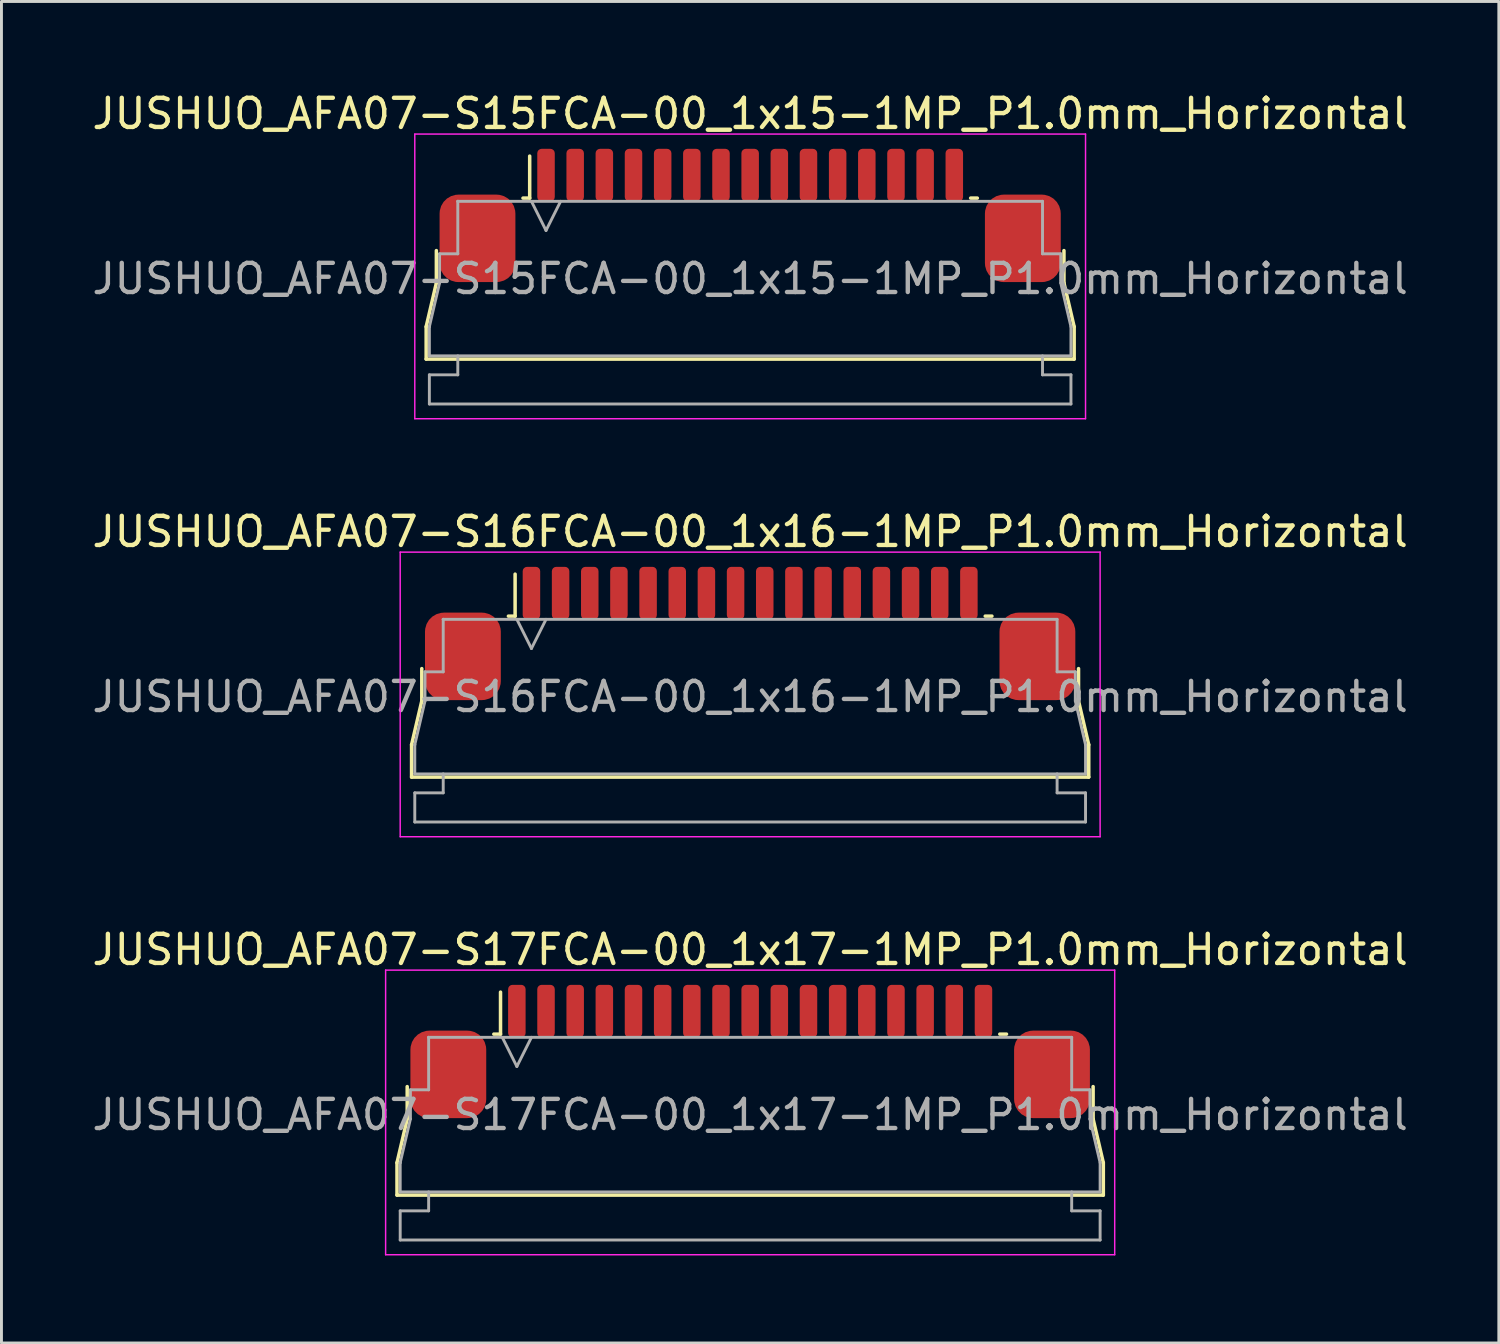
<source format=kicad_pcb>
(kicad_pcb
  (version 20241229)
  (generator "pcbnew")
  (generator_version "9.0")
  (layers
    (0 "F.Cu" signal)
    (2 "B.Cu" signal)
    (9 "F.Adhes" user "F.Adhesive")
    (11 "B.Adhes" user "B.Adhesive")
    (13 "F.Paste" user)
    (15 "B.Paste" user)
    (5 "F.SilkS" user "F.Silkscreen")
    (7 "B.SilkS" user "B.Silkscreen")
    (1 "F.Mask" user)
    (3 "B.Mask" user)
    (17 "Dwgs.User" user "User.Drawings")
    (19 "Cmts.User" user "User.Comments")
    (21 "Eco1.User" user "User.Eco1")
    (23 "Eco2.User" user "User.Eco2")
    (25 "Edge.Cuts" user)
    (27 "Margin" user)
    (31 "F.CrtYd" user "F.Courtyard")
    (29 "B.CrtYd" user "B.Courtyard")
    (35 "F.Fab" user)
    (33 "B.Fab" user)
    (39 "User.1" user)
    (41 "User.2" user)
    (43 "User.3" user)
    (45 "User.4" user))
  (footprint "JUSHUO_AFA07-S16FCA-00_1x16-1MP_P1.0mm_Horizontal"
    (layer "F.Cu")
    (at 22.673 20.662)
    (property "Reference" "JUSHUO_AFA07-S16FCA-00_1x16-1MP_P1.0mm_Horizontal" (at 0 -5.48 0) (layer "F.SilkS") (effects (font (size 1 1) (thickness 0.15))))
    (attr smd)
    (fp_line (start -11.61 1.825) (end -11.26 0.325) (stroke (width 0.12) (type solid)) (layer "F.SilkS"))
    (fp_line (start -11.61 2.935) (end -11.61 1.825) (stroke (width 0.12) (type solid)) (layer "F.SilkS"))
    (fp_line (start -11.26 0.325) (end -11.26 -0.785) (stroke (width 0.12) (type solid)) (layer "F.SilkS"))
    (fp_line (start -8.29 -2.585) (end -8.06 -2.585) (stroke (width 0.12) (type solid)) (layer "F.SilkS"))
    (fp_line (start -8.06 -2.585) (end -8.06 -4.025) (stroke (width 0.12) (type solid)) (layer "F.SilkS"))
    (fp_line (start 8.06 -2.585) (end 8.29 -2.585) (stroke (width 0.12) (type solid)) (layer "F.SilkS"))
    (fp_line (start 11.26 -0.785) (end 11.26 0.325) (stroke (width 0.12) (type solid)) (layer "F.SilkS"))
    (fp_line (start 11.26 0.325) (end 11.61 1.825) (stroke (width 0.12) (type solid)) (layer "F.SilkS"))
    (fp_line (start 11.61 1.825) (end 11.61 2.935) (stroke (width 0.12) (type solid)) (layer "F.SilkS"))
    (fp_line (start 11.61 2.935) (end -11.61 2.935) (stroke (width 0.12) (type solid)) (layer "F.SilkS"))
    (fp_line (start -12 -4.78) (end -12 4.98) (stroke (width 0.05) (type solid)) (layer "F.CrtYd"))
    (fp_line (start -12 4.98) (end 12 4.98) (stroke (width 0.05) (type solid)) (layer "F.CrtYd"))
    (fp_line (start 12 -4.78) (end -12 -4.78) (stroke (width 0.05) (type solid)) (layer "F.CrtYd"))
    (fp_line (start 12 4.98) (end 12 -4.78) (stroke (width 0.05) (type solid)) (layer "F.CrtYd"))
    (fp_line (start -11.5 1.825) (end -11.5 1.825) (stroke (width 0.1) (type solid)) (layer "F.Fab"))
    (fp_line (start -11.5 1.825) (end -11.15 0.325) (stroke (width 0.1) (type solid)) (layer "F.Fab"))
    (fp_line (start -11.5 2.825) (end -11.5 1.825) (stroke (width 0.1) (type solid)) (layer "F.Fab"))
    (fp_line (start -11.5 3.475) (end -10.525 3.475) (stroke (width 0.1) (type solid)) (layer "F.Fab"))
    (fp_line (start -11.5 4.475) (end -11.5 3.475) (stroke (width 0.1) (type solid)) (layer "F.Fab"))
    (fp_line (start -11.15 -0.675) (end -10.525 -0.675) (stroke (width 0.1) (type solid)) (layer "F.Fab"))
    (fp_line (start -11.15 0.325) (end -11.15 -0.675) (stroke (width 0.1) (type solid)) (layer "F.Fab"))
    (fp_line (start -10.525 -2.475) (end -10.525 -2.475) (stroke (width 0.1) (type solid)) (layer "F.Fab"))
    (fp_line (start -10.525 -2.475) (end 10.525 -2.475) (stroke (width 0.1) (type solid)) (layer "F.Fab"))
    (fp_line (start -10.525 -0.675) (end -10.525 -2.475) (stroke (width 0.1) (type solid)) (layer "F.Fab"))
    (fp_line (start -10.525 3.475) (end -10.525 2.825) (stroke (width 0.1) (type solid)) (layer "F.Fab"))
    (fp_line (start -8 -2.475) (end -7.5 -1.475) (stroke (width 0.1) (type solid)) (layer "F.Fab"))
    (fp_line (start -7.5 -1.475) (end -7 -2.475) (stroke (width 0.1) (type solid)) (layer "F.Fab"))
    (fp_line (start 10.525 -2.475) (end 10.525 -0.675) (stroke (width 0.1) (type solid)) (layer "F.Fab"))
    (fp_line (start 10.525 -0.675) (end 11.15 -0.675) (stroke (width 0.1) (type solid)) (layer "F.Fab"))
    (fp_line (start 10.525 2.825) (end 10.525 3.475) (stroke (width 0.1) (type solid)) (layer "F.Fab"))
    (fp_line (start 10.525 3.475) (end 11.5 3.475) (stroke (width 0.1) (type solid)) (layer "F.Fab"))
    (fp_line (start 11.15 -0.675) (end 11.15 0.325) (stroke (width 0.1) (type solid)) (layer "F.Fab"))
    (fp_line (start 11.15 0.325) (end 11.5 1.825) (stroke (width 0.1) (type solid)) (layer "F.Fab"))
    (fp_line (start 11.5 1.825) (end 11.5 2.825) (stroke (width 0.1) (type solid)) (layer "F.Fab"))
    (fp_line (start 11.5 2.825) (end -11.5 2.825) (stroke (width 0.1) (type solid)) (layer "F.Fab"))
    (fp_line (start 11.5 3.475) (end 11.5 4.475) (stroke (width 0.1) (type solid)) (layer "F.Fab"))
    (fp_line (start 11.5 4.475) (end -11.5 4.475) (stroke (width 0.1) (type solid)) (layer "F.Fab"))
    (fp_text user "${REFERENCE}" (at 0 0.18 0) (layer "F.Fab") (effects (font (size 1 1) (thickness 0.15))))
    (pad "1" smd roundrect (at -7.5 -3.375) (size 0.6 1.8) (layers "F.Cu" "F.Mask" "F.Paste") (roundrect_rratio 0.25))
    (pad "2" smd roundrect (at -6.5 -3.375) (size 0.6 1.8) (layers "F.Cu" "F.Mask" "F.Paste") (roundrect_rratio 0.25))
    (pad "3" smd roundrect (at -5.5 -3.375) (size 0.6 1.8) (layers "F.Cu" "F.Mask" "F.Paste") (roundrect_rratio 0.25))
    (pad "4" smd roundrect (at -4.5 -3.375) (size 0.6 1.8) (layers "F.Cu" "F.Mask" "F.Paste") (roundrect_rratio 0.25))
    (pad "5" smd roundrect (at -3.5 -3.375) (size 0.6 1.8) (layers "F.Cu" "F.Mask" "F.Paste") (roundrect_rratio 0.25))
    (pad "6" smd roundrect (at -2.5 -3.375) (size 0.6 1.8) (layers "F.Cu" "F.Mask" "F.Paste") (roundrect_rratio 0.25))
    (pad "7" smd roundrect (at -1.5 -3.375) (size 0.6 1.8) (layers "F.Cu" "F.Mask" "F.Paste") (roundrect_rratio 0.25))
    (pad "8" smd roundrect (at -0.5 -3.375) (size 0.6 1.8) (layers "F.Cu" "F.Mask" "F.Paste") (roundrect_rratio 0.25))
    (pad "9" smd roundrect (at 0.5 -3.375) (size 0.6 1.8) (layers "F.Cu" "F.Mask" "F.Paste") (roundrect_rratio 0.25))
    (pad "10" smd roundrect (at 1.5 -3.375) (size 0.6 1.8) (layers "F.Cu" "F.Mask" "F.Paste") (roundrect_rratio 0.25))
    (pad "11" smd roundrect (at 2.5 -3.375) (size 0.6 1.8) (layers "F.Cu" "F.Mask" "F.Paste") (roundrect_rratio 0.25))
    (pad "12" smd roundrect (at 3.5 -3.375) (size 0.6 1.8) (layers "F.Cu" "F.Mask" "F.Paste") (roundrect_rratio 0.25))
    (pad "13" smd roundrect (at 4.5 -3.375) (size 0.6 1.8) (layers "F.Cu" "F.Mask" "F.Paste") (roundrect_rratio 0.25))
    (pad "14" smd roundrect (at 5.5 -3.375) (size 0.6 1.8) (layers "F.Cu" "F.Mask" "F.Paste") (roundrect_rratio 0.25))
    (pad "15" smd roundrect (at 6.5 -3.375) (size 0.6 1.8) (layers "F.Cu" "F.Mask" "F.Paste") (roundrect_rratio 0.25))
    (pad "16" smd roundrect (at 7.5 -3.375) (size 0.6 1.8) (layers "F.Cu" "F.Mask" "F.Paste") (roundrect_rratio 0.25))
    (pad "MP" smd roundrect (at -9.85 -1.205) (size 2.6 3) (layers "F.Cu" "F.Mask" "F.Paste") (roundrect_rratio 0.25))
    (pad "MP" smd roundrect (at 9.85 -1.205) (size 2.6 3) (layers "F.Cu" "F.Mask" "F.Paste") (roundrect_rratio 0.25)))
  (footprint "JUSHUO_AFA07-S17FCA-00_1x17-1MP_P1.0mm_Horizontal"
    (layer "F.Cu")
    (at 22.673 34.995)
    (property "Reference" "JUSHUO_AFA07-S17FCA-00_1x17-1MP_P1.0mm_Horizontal" (at 0 -5.48 0) (layer "F.SilkS") (effects (font (size 1 1) (thickness 0.15))))
    (attr smd)
    (fp_line (start -12.11 1.825) (end -11.76 0.325) (stroke (width 0.12) (type solid)) (layer "F.SilkS"))
    (fp_line (start -12.11 2.935) (end -12.11 1.825) (stroke (width 0.12) (type solid)) (layer "F.SilkS"))
    (fp_line (start -11.76 0.325) (end -11.76 -0.785) (stroke (width 0.12) (type solid)) (layer "F.SilkS"))
    (fp_line (start -8.79 -2.585) (end -8.56 -2.585) (stroke (width 0.12) (type solid)) (layer "F.SilkS"))
    (fp_line (start -8.56 -2.585) (end -8.56 -4.025) (stroke (width 0.12) (type solid)) (layer "F.SilkS"))
    (fp_line (start 8.56 -2.585) (end 8.79 -2.585) (stroke (width 0.12) (type solid)) (layer "F.SilkS"))
    (fp_line (start 11.76 -0.785) (end 11.76 0.325) (stroke (width 0.12) (type solid)) (layer "F.SilkS"))
    (fp_line (start 11.76 0.325) (end 12.11 1.825) (stroke (width 0.12) (type solid)) (layer "F.SilkS"))
    (fp_line (start 12.11 1.825) (end 12.11 2.935) (stroke (width 0.12) (type solid)) (layer "F.SilkS"))
    (fp_line (start 12.11 2.935) (end -12.11 2.935) (stroke (width 0.12) (type solid)) (layer "F.SilkS"))
    (fp_line (start -12.5 -4.78) (end -12.5 4.98) (stroke (width 0.05) (type solid)) (layer "F.CrtYd"))
    (fp_line (start -12.5 4.98) (end 12.5 4.98) (stroke (width 0.05) (type solid)) (layer "F.CrtYd"))
    (fp_line (start 12.5 -4.78) (end -12.5 -4.78) (stroke (width 0.05) (type solid)) (layer "F.CrtYd"))
    (fp_line (start 12.5 4.98) (end 12.5 -4.78) (stroke (width 0.05) (type solid)) (layer "F.CrtYd"))
    (fp_line (start -12 1.825) (end -12 1.825) (stroke (width 0.1) (type solid)) (layer "F.Fab"))
    (fp_line (start -12 1.825) (end -11.65 0.325) (stroke (width 0.1) (type solid)) (layer "F.Fab"))
    (fp_line (start -12 2.825) (end -12 1.825) (stroke (width 0.1) (type solid)) (layer "F.Fab"))
    (fp_line (start -12 3.475) (end -11.025 3.475) (stroke (width 0.1) (type solid)) (layer "F.Fab"))
    (fp_line (start -12 4.475) (end -12 3.475) (stroke (width 0.1) (type solid)) (layer "F.Fab"))
    (fp_line (start -11.65 -0.675) (end -11.025 -0.675) (stroke (width 0.1) (type solid)) (layer "F.Fab"))
    (fp_line (start -11.65 0.325) (end -11.65 -0.675) (stroke (width 0.1) (type solid)) (layer "F.Fab"))
    (fp_line (start -11.025 -2.475) (end -11.025 -2.475) (stroke (width 0.1) (type solid)) (layer "F.Fab"))
    (fp_line (start -11.025 -2.475) (end 11.025 -2.475) (stroke (width 0.1) (type solid)) (layer "F.Fab"))
    (fp_line (start -11.025 -0.675) (end -11.025 -2.475) (stroke (width 0.1) (type solid)) (layer "F.Fab"))
    (fp_line (start -11.025 3.475) (end -11.025 2.825) (stroke (width 0.1) (type solid)) (layer "F.Fab"))
    (fp_line (start -8.5 -2.475) (end -8 -1.475) (stroke (width 0.1) (type solid)) (layer "F.Fab"))
    (fp_line (start -8 -1.475) (end -7.5 -2.475) (stroke (width 0.1) (type solid)) (layer "F.Fab"))
    (fp_line (start 11.025 -2.475) (end 11.025 -0.675) (stroke (width 0.1) (type solid)) (layer "F.Fab"))
    (fp_line (start 11.025 -0.675) (end 11.65 -0.675) (stroke (width 0.1) (type solid)) (layer "F.Fab"))
    (fp_line (start 11.025 2.825) (end 11.025 3.475) (stroke (width 0.1) (type solid)) (layer "F.Fab"))
    (fp_line (start 11.025 3.475) (end 12 3.475) (stroke (width 0.1) (type solid)) (layer "F.Fab"))
    (fp_line (start 11.65 -0.675) (end 11.65 0.325) (stroke (width 0.1) (type solid)) (layer "F.Fab"))
    (fp_line (start 11.65 0.325) (end 12 1.825) (stroke (width 0.1) (type solid)) (layer "F.Fab"))
    (fp_line (start 12 1.825) (end 12 2.825) (stroke (width 0.1) (type solid)) (layer "F.Fab"))
    (fp_line (start 12 2.825) (end -12 2.825) (stroke (width 0.1) (type solid)) (layer "F.Fab"))
    (fp_line (start 12 3.475) (end 12 4.475) (stroke (width 0.1) (type solid)) (layer "F.Fab"))
    (fp_line (start 12 4.475) (end -12 4.475) (stroke (width 0.1) (type solid)) (layer "F.Fab"))
    (fp_text user "${REFERENCE}" (at 0 0.18 0) (layer "F.Fab") (effects (font (size 1 1) (thickness 0.15))))
    (pad "1" smd roundrect (at -8 -3.375) (size 0.6 1.8) (layers "F.Cu" "F.Mask" "F.Paste") (roundrect_rratio 0.25))
    (pad "2" smd roundrect (at -7 -3.375) (size 0.6 1.8) (layers "F.Cu" "F.Mask" "F.Paste") (roundrect_rratio 0.25))
    (pad "3" smd roundrect (at -6 -3.375) (size 0.6 1.8) (layers "F.Cu" "F.Mask" "F.Paste") (roundrect_rratio 0.25))
    (pad "4" smd roundrect (at -5 -3.375) (size 0.6 1.8) (layers "F.Cu" "F.Mask" "F.Paste") (roundrect_rratio 0.25))
    (pad "5" smd roundrect (at -4 -3.375) (size 0.6 1.8) (layers "F.Cu" "F.Mask" "F.Paste") (roundrect_rratio 0.25))
    (pad "6" smd roundrect (at -3 -3.375) (size 0.6 1.8) (layers "F.Cu" "F.Mask" "F.Paste") (roundrect_rratio 0.25))
    (pad "7" smd roundrect (at -2 -3.375) (size 0.6 1.8) (layers "F.Cu" "F.Mask" "F.Paste") (roundrect_rratio 0.25))
    (pad "8" smd roundrect (at -1 -3.375) (size 0.6 1.8) (layers "F.Cu" "F.Mask" "F.Paste") (roundrect_rratio 0.25))
    (pad "9" smd roundrect (at 0 -3.375) (size 0.6 1.8) (layers "F.Cu" "F.Mask" "F.Paste") (roundrect_rratio 0.25))
    (pad "10" smd roundrect (at 1 -3.375) (size 0.6 1.8) (layers "F.Cu" "F.Mask" "F.Paste") (roundrect_rratio 0.25))
    (pad "11" smd roundrect (at 2 -3.375) (size 0.6 1.8) (layers "F.Cu" "F.Mask" "F.Paste") (roundrect_rratio 0.25))
    (pad "12" smd roundrect (at 3 -3.375) (size 0.6 1.8) (layers "F.Cu" "F.Mask" "F.Paste") (roundrect_rratio 0.25))
    (pad "13" smd roundrect (at 4 -3.375) (size 0.6 1.8) (layers "F.Cu" "F.Mask" "F.Paste") (roundrect_rratio 0.25))
    (pad "14" smd roundrect (at 5 -3.375) (size 0.6 1.8) (layers "F.Cu" "F.Mask" "F.Paste") (roundrect_rratio 0.25))
    (pad "15" smd roundrect (at 6 -3.375) (size 0.6 1.8) (layers "F.Cu" "F.Mask" "F.Paste") (roundrect_rratio 0.25))
    (pad "16" smd roundrect (at 7 -3.375) (size 0.6 1.8) (layers "F.Cu" "F.Mask" "F.Paste") (roundrect_rratio 0.25))
    (pad "17" smd roundrect (at 8 -3.375) (size 0.6 1.8) (layers "F.Cu" "F.Mask" "F.Paste") (roundrect_rratio 0.25))
    (pad "MP" smd roundrect (at -10.35 -1.205) (size 2.6 3) (layers "F.Cu" "F.Mask" "F.Paste") (roundrect_rratio 0.25))
    (pad "MP" smd roundrect (at 10.35 -1.205) (size 2.6 3) (layers "F.Cu" "F.Mask" "F.Paste") (roundrect_rratio 0.25)))
  (footprint "JUSHUO_AFA07-S15FCA-00_1x15-1MP_P1.0mm_Horizontal"
    (layer "F.Cu")
    (at 22.673 6.328)
    (property "Reference" "JUSHUO_AFA07-S15FCA-00_1x15-1MP_P1.0mm_Horizontal" (at 0 -5.48 0) (layer "F.SilkS") (effects (font (size 1 1) (thickness 0.15))))
    (attr smd)
    (fp_line (start -11.11 1.825) (end -10.76 0.325) (stroke (width 0.12) (type solid)) (layer "F.SilkS"))
    (fp_line (start -11.11 2.935) (end -11.11 1.825) (stroke (width 0.12) (type solid)) (layer "F.SilkS"))
    (fp_line (start -10.76 0.325) (end -10.76 -0.785) (stroke (width 0.12) (type solid)) (layer "F.SilkS"))
    (fp_line (start -7.79 -2.585) (end -7.56 -2.585) (stroke (width 0.12) (type solid)) (layer "F.SilkS"))
    (fp_line (start -7.56 -2.585) (end -7.56 -4.025) (stroke (width 0.12) (type solid)) (layer "F.SilkS"))
    (fp_line (start 7.56 -2.585) (end 7.79 -2.585) (stroke (width 0.12) (type solid)) (layer "F.SilkS"))
    (fp_line (start 10.76 -0.785) (end 10.76 0.325) (stroke (width 0.12) (type solid)) (layer "F.SilkS"))
    (fp_line (start 10.76 0.325) (end 11.11 1.825) (stroke (width 0.12) (type solid)) (layer "F.SilkS"))
    (fp_line (start 11.11 1.825) (end 11.11 2.935) (stroke (width 0.12) (type solid)) (layer "F.SilkS"))
    (fp_line (start 11.11 2.935) (end -11.11 2.935) (stroke (width 0.12) (type solid)) (layer "F.SilkS"))
    (fp_line (start -11.5 -4.78) (end -11.5 4.98) (stroke (width 0.05) (type solid)) (layer "F.CrtYd"))
    (fp_line (start -11.5 4.98) (end 11.5 4.98) (stroke (width 0.05) (type solid)) (layer "F.CrtYd"))
    (fp_line (start 11.5 -4.78) (end -11.5 -4.78) (stroke (width 0.05) (type solid)) (layer "F.CrtYd"))
    (fp_line (start 11.5 4.98) (end 11.5 -4.78) (stroke (width 0.05) (type solid)) (layer "F.CrtYd"))
    (fp_line (start -11 1.825) (end -11 1.825) (stroke (width 0.1) (type solid)) (layer "F.Fab"))
    (fp_line (start -11 1.825) (end -10.65 0.325) (stroke (width 0.1) (type solid)) (layer "F.Fab"))
    (fp_line (start -11 2.825) (end -11 1.825) (stroke (width 0.1) (type solid)) (layer "F.Fab"))
    (fp_line (start -11 3.475) (end -10.025 3.475) (stroke (width 0.1) (type solid)) (layer "F.Fab"))
    (fp_line (start -11 4.475) (end -11 3.475) (stroke (width 0.1) (type solid)) (layer "F.Fab"))
    (fp_line (start -10.65 -0.675) (end -10.025 -0.675) (stroke (width 0.1) (type solid)) (layer "F.Fab"))
    (fp_line (start -10.65 0.325) (end -10.65 -0.675) (stroke (width 0.1) (type solid)) (layer "F.Fab"))
    (fp_line (start -10.025 -2.475) (end -10.025 -2.475) (stroke (width 0.1) (type solid)) (layer "F.Fab"))
    (fp_line (start -10.025 -2.475) (end 10.025 -2.475) (stroke (width 0.1) (type solid)) (layer "F.Fab"))
    (fp_line (start -10.025 -0.675) (end -10.025 -2.475) (stroke (width 0.1) (type solid)) (layer "F.Fab"))
    (fp_line (start -10.025 3.475) (end -10.025 2.825) (stroke (width 0.1) (type solid)) (layer "F.Fab"))
    (fp_line (start -7.5 -2.475) (end -7 -1.475) (stroke (width 0.1) (type solid)) (layer "F.Fab"))
    (fp_line (start -7 -1.475) (end -6.5 -2.475) (stroke (width 0.1) (type solid)) (layer "F.Fab"))
    (fp_line (start 10.025 -2.475) (end 10.025 -0.675) (stroke (width 0.1) (type solid)) (layer "F.Fab"))
    (fp_line (start 10.025 -0.675) (end 10.65 -0.675) (stroke (width 0.1) (type solid)) (layer "F.Fab"))
    (fp_line (start 10.025 2.825) (end 10.025 3.475) (stroke (width 0.1) (type solid)) (layer "F.Fab"))
    (fp_line (start 10.025 3.475) (end 11 3.475) (stroke (width 0.1) (type solid)) (layer "F.Fab"))
    (fp_line (start 10.65 -0.675) (end 10.65 0.325) (stroke (width 0.1) (type solid)) (layer "F.Fab"))
    (fp_line (start 10.65 0.325) (end 11 1.825) (stroke (width 0.1) (type solid)) (layer "F.Fab"))
    (fp_line (start 11 1.825) (end 11 2.825) (stroke (width 0.1) (type solid)) (layer "F.Fab"))
    (fp_line (start 11 2.825) (end -11 2.825) (stroke (width 0.1) (type solid)) (layer "F.Fab"))
    (fp_line (start 11 3.475) (end 11 4.475) (stroke (width 0.1) (type solid)) (layer "F.Fab"))
    (fp_line (start 11 4.475) (end -11 4.475) (stroke (width 0.1) (type solid)) (layer "F.Fab"))
    (fp_text user "${REFERENCE}" (at 0 0.18 0) (layer "F.Fab") (effects (font (size 1 1) (thickness 0.15))))
    (pad "1" smd roundrect (at -7 -3.375) (size 0.6 1.8) (layers "F.Cu" "F.Mask" "F.Paste") (roundrect_rratio 0.25))
    (pad "2" smd roundrect (at -6 -3.375) (size 0.6 1.8) (layers "F.Cu" "F.Mask" "F.Paste") (roundrect_rratio 0.25))
    (pad "3" smd roundrect (at -5 -3.375) (size 0.6 1.8) (layers "F.Cu" "F.Mask" "F.Paste") (roundrect_rratio 0.25))
    (pad "4" smd roundrect (at -4 -3.375) (size 0.6 1.8) (layers "F.Cu" "F.Mask" "F.Paste") (roundrect_rratio 0.25))
    (pad "5" smd roundrect (at -3 -3.375) (size 0.6 1.8) (layers "F.Cu" "F.Mask" "F.Paste") (roundrect_rratio 0.25))
    (pad "6" smd roundrect (at -2 -3.375) (size 0.6 1.8) (layers "F.Cu" "F.Mask" "F.Paste") (roundrect_rratio 0.25))
    (pad "7" smd roundrect (at -1 -3.375) (size 0.6 1.8) (layers "F.Cu" "F.Mask" "F.Paste") (roundrect_rratio 0.25))
    (pad "8" smd roundrect (at 0 -3.375) (size 0.6 1.8) (layers "F.Cu" "F.Mask" "F.Paste") (roundrect_rratio 0.25))
    (pad "9" smd roundrect (at 1 -3.375) (size 0.6 1.8) (layers "F.Cu" "F.Mask" "F.Paste") (roundrect_rratio 0.25))
    (pad "10" smd roundrect (at 2 -3.375) (size 0.6 1.8) (layers "F.Cu" "F.Mask" "F.Paste") (roundrect_rratio 0.25))
    (pad "11" smd roundrect (at 3 -3.375) (size 0.6 1.8) (layers "F.Cu" "F.Mask" "F.Paste") (roundrect_rratio 0.25))
    (pad "12" smd roundrect (at 4 -3.375) (size 0.6 1.8) (layers "F.Cu" "F.Mask" "F.Paste") (roundrect_rratio 0.25))
    (pad "13" smd roundrect (at 5 -3.375) (size 0.6 1.8) (layers "F.Cu" "F.Mask" "F.Paste") (roundrect_rratio 0.25))
    (pad "14" smd roundrect (at 6 -3.375) (size 0.6 1.8) (layers "F.Cu" "F.Mask" "F.Paste") (roundrect_rratio 0.25))
    (pad "15" smd roundrect (at 7 -3.375) (size 0.6 1.8) (layers "F.Cu" "F.Mask" "F.Paste") (roundrect_rratio 0.25))
    (pad "MP" smd roundrect (at -9.35 -1.205) (size 2.6 3) (layers "F.Cu" "F.Mask" "F.Paste") (roundrect_rratio 0.25))
    (pad "MP" smd roundrect (at 9.35 -1.205) (size 2.6 3) (layers "F.Cu" "F.Mask" "F.Paste") (roundrect_rratio 0.25)))
  (gr_rect
    (start -3 -3)
    (end 48.345 43)
    (stroke (width 0.1) (type default))
    (fill no)
    (layer "Edge.Cuts")))
</source>
